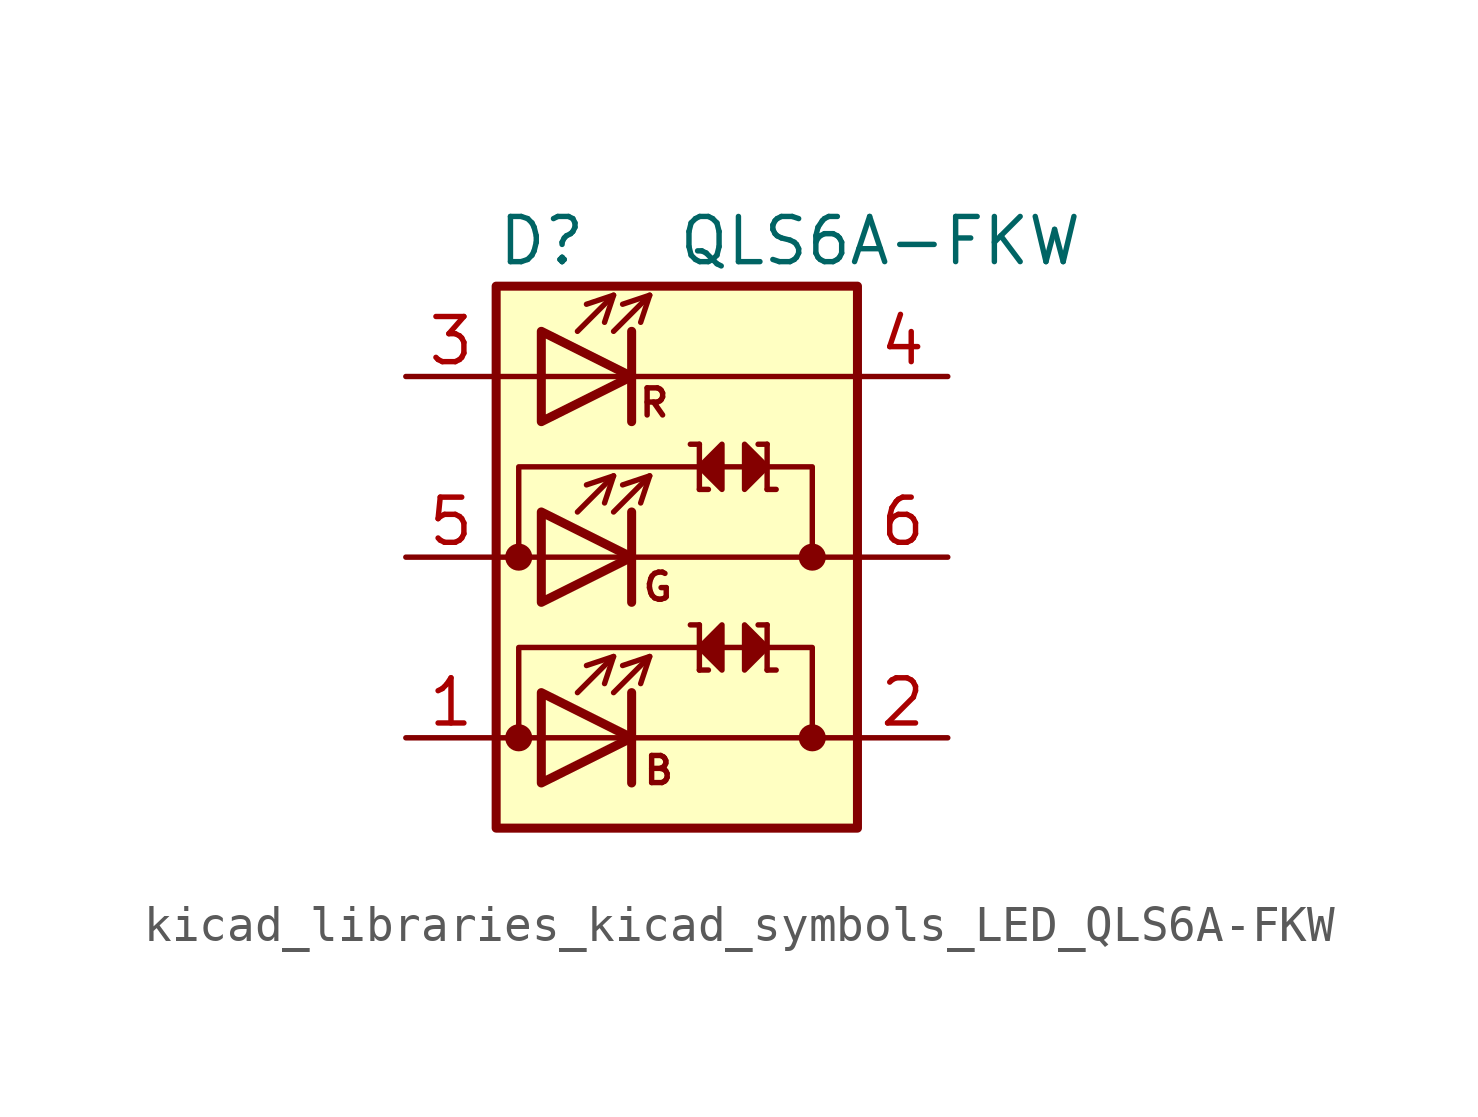
<source format=kicad_sym>
(kicad_symbol_lib
  (version 20220914)
  (generator kicad_symbol_editor)
  (symbol "kicad_libraries_kicad_symbols_LED_QLS6A-FKW"
    (pin_names hide)
    (property "Reference" "D"
      (at -5.08 8.89 0)
      (effects (font (size 1.27 1.27)) (justify left)))
    (property "Value" "QLS6A-FKW"
      (at 0 8.89 0)
      (effects (font (size 1.27 1.27)) (justify left)))
    (symbol "kicad_libraries_kicad_symbols_LED_QLS6A-FKW_0_0"
      (text "B" (at -0.508 -5.994 0) (effects (font (size 0.762 0.762))))
      (text "G" (at -0.533 -0.838 0) (effects (font (size 0.762 0.762))))
      (text "R" (at -0.635 4.343 0) (effects (font (size 0.762 0.762)))))
    (symbol "kicad_libraries_kicad_symbols_LED_QLS6A-FKW_0_1"
      (rectangle (start -5.08 7.62) (end 5.08 -7.62) (stroke (width 0.254) (type default)) (fill (type background)))
      (polyline (pts (xy -5.08 -5.08) (xy 5.08 -5.08)) (stroke (width 0) (type default)) (fill (type none)))
      (polyline (pts (xy -5.08 0) (xy 5.08 0)) (stroke (width 0) (type default)) (fill (type none)))
      (polyline (pts (xy -1.27 -3.81) (xy -1.27 -6.35)) (stroke (width 0.254) (type default)) (fill (type none)))
      (polyline (pts (xy -1.27 1.27) (xy -1.27 -1.27)) (stroke (width 0.254) (type default)) (fill (type none)))
      (polyline (pts (xy -1.27 6.35) (xy -1.27 3.81)) (stroke (width 0.254) (type default)) (fill (type none)))
      (polyline (pts (xy 0.635 -1.905) (xy 0.381 -1.905)) (stroke (width 0) (type default)) (fill (type none)))
      (polyline (pts (xy 0.635 -1.905) (xy 0.635 -3.175)) (stroke (width 0) (type default)) (fill (type none)))
      (polyline (pts (xy 0.635 1.905) (xy 0.889 1.905)) (stroke (width 0) (type default)) (fill (type none)))
      (polyline (pts (xy 0.635 3.175) (xy 0.381 3.175)) (stroke (width 0) (type default)) (fill (type none)))
      (polyline (pts (xy 0.635 3.175) (xy 0.635 1.905)) (stroke (width 0) (type default)) (fill (type none)))
      (polyline (pts (xy 0.889 -3.175) (xy 0.635 -3.175)) (stroke (width 0) (type default)) (fill (type none)))
      (polyline (pts (xy 2.54 -3.175) (xy 2.794 -3.175)) (stroke (width 0) (type default)) (fill (type none)))
      (polyline (pts (xy 2.54 -1.905) (xy 2.286 -1.905)) (stroke (width 0) (type default)) (fill (type none)))
      (polyline (pts (xy 2.54 -1.905) (xy 2.54 -3.175)) (stroke (width 0) (type default)) (fill (type none)))
      (polyline (pts (xy 2.54 1.905) (xy 2.54 3.175)) (stroke (width 0) (type default)) (fill (type none)))
      (polyline (pts (xy 2.54 1.905) (xy 2.794 1.905)) (stroke (width 0) (type default)) (fill (type none)))
      (polyline (pts (xy 2.54 3.175) (xy 2.286 3.175)) (stroke (width 0) (type default)) (fill (type none)))
      (polyline (pts (xy -4.445 0) (xy -4.445 2.54) (xy 3.81 2.54) (xy 3.81 0)) (stroke (width 0) (type default)) (fill (type none)))
      (polyline (pts (xy -3.81 -3.81) (xy -3.81 -6.35) (xy -1.27 -5.08) (xy -3.81 -3.81)) (stroke (width 0.254) (type default)) (fill (type none)))
      (polyline (pts (xy -3.81 1.27) (xy -3.81 -1.27) (xy -1.27 0) (xy -3.81 1.27)) (stroke (width 0.254) (type default)) (fill (type none)))
      (polyline (pts (xy -3.81 6.35) (xy -1.27 5.08) (xy -3.81 3.81) (xy -3.81 6.35)) (stroke (width 0.254) (type default)) (fill (type none)))
      (polyline (pts (xy 0.635 -2.54) (xy 1.27 -3.175) (xy 1.27 -1.905) (xy 0.635 -2.54)) (stroke (width 0) (type default)) (fill (type outline)))
      (polyline (pts (xy 1.27 3.175) (xy 1.27 1.905) (xy 0.635 2.54) (xy 1.27 3.175)) (stroke (width 0) (type default)) (fill (type outline)))
      (polyline (pts (xy 1.905 -1.905) (xy 1.905 -3.175) (xy 2.54 -2.54) (xy 1.905 -1.905)) (stroke (width 0) (type default)) (fill (type outline)))
      (polyline (pts (xy 1.905 3.175) (xy 1.905 1.905) (xy 2.54 2.54) (xy 1.905 3.175)) (stroke (width 0) (type default)) (fill (type outline)))
      (polyline (pts (xy 3.81 -5.08) (xy 3.81 -2.54) (xy -4.445 -2.54) (xy -4.445 -5.08)) (stroke (width 0) (type default)) (fill (type none))))
    (symbol "kicad_libraries_kicad_symbols_LED_QLS6A-FKW_1_1"
      (circle (center -4.445 -5.08) (radius 0.254) (stroke (width 0.254) (type default)) (fill (type outline)))
      (circle (center -4.445 0) (radius 0.254) (stroke (width 0.254) (type default)) (fill (type outline)))
      (polyline (pts (xy -5.08 5.08) (xy 5.08 5.08)) (stroke (width 0) (type default)) (fill (type none)))
      (polyline (pts (xy -2.794 -3.81) (xy -1.778 -2.794)) (stroke (width 0) (type default)) (fill (type none)))
      (polyline (pts (xy -2.794 1.27) (xy -1.778 2.286)) (stroke (width 0) (type default)) (fill (type none)))
      (polyline (pts (xy -2.794 6.35) (xy -1.778 7.366)) (stroke (width 0) (type default)) (fill (type none)))
      (polyline (pts (xy -1.778 -3.81) (xy -0.762 -2.794)) (stroke (width 0) (type default)) (fill (type none)))
      (polyline (pts (xy -1.778 1.27) (xy -0.762 2.286)) (stroke (width 0) (type default)) (fill (type none)))
      (polyline (pts (xy -1.778 6.35) (xy -0.762 7.366)) (stroke (width 0) (type default)) (fill (type none)))
      (polyline (pts (xy -2.54 -3.048) (xy -1.778 -2.794) (xy -2.032 -3.556)) (stroke (width 0) (type default)) (fill (type none)))
      (polyline (pts (xy -2.54 2.032) (xy -1.778 2.286) (xy -2.032 1.524)) (stroke (width 0) (type default)) (fill (type none)))
      (polyline (pts (xy -2.54 7.112) (xy -1.778 7.366) (xy -2.032 6.604)) (stroke (width 0) (type default)) (fill (type none)))
      (polyline (pts (xy -1.524 -3.048) (xy -0.762 -2.794) (xy -1.016 -3.556)) (stroke (width 0) (type default)) (fill (type none)))
      (polyline (pts (xy -1.524 2.032) (xy -0.762 2.286) (xy -1.016 1.524)) (stroke (width 0) (type default)) (fill (type none)))
      (polyline (pts (xy -1.524 7.112) (xy -0.762 7.366) (xy -1.016 6.604)) (stroke (width 0) (type default)) (fill (type none)))
      (circle (center 3.81 -5.08) (radius 0.254) (stroke (width 0.254) (type default)) (fill (type outline)))
      (circle (center 3.81 0) (radius 0.254) (stroke (width 0.254) (type default)) (fill (type outline)))
      (pin passive line (at -7.62 -5.08 0) (length 2.54) (name "AB" (effects (font (size 1.27 1.27)))) (number "1" (effects (font (size 1.27 1.27)))))
      (pin passive line (at 7.62 -5.08 180) (length 2.54) (name "KB" (effects (font (size 1.27 1.27)))) (number "2" (effects (font (size 1.27 1.27)))))
      (pin passive line (at -7.62 5.08 0) (length 2.54) (name "AR" (effects (font (size 1.27 1.27)))) (number "3" (effects (font (size 1.27 1.27)))))
      (pin passive line (at 7.62 5.08 180) (length 2.54) (name "KR" (effects (font (size 1.27 1.27)))) (number "4" (effects (font (size 1.27 1.27)))))
      (pin passive line (at -7.62 0 0) (length 2.54) (name "AG" (effects (font (size 1.27 1.27)))) (number "5" (effects (font (size 1.27 1.27)))))
      (pin passive line (at 7.62 0 180) (length 2.54) (name "KR" (effects (font (size 1.27 1.27)))) (number "6" (effects (font (size 1.27 1.27))))))))
</source>
